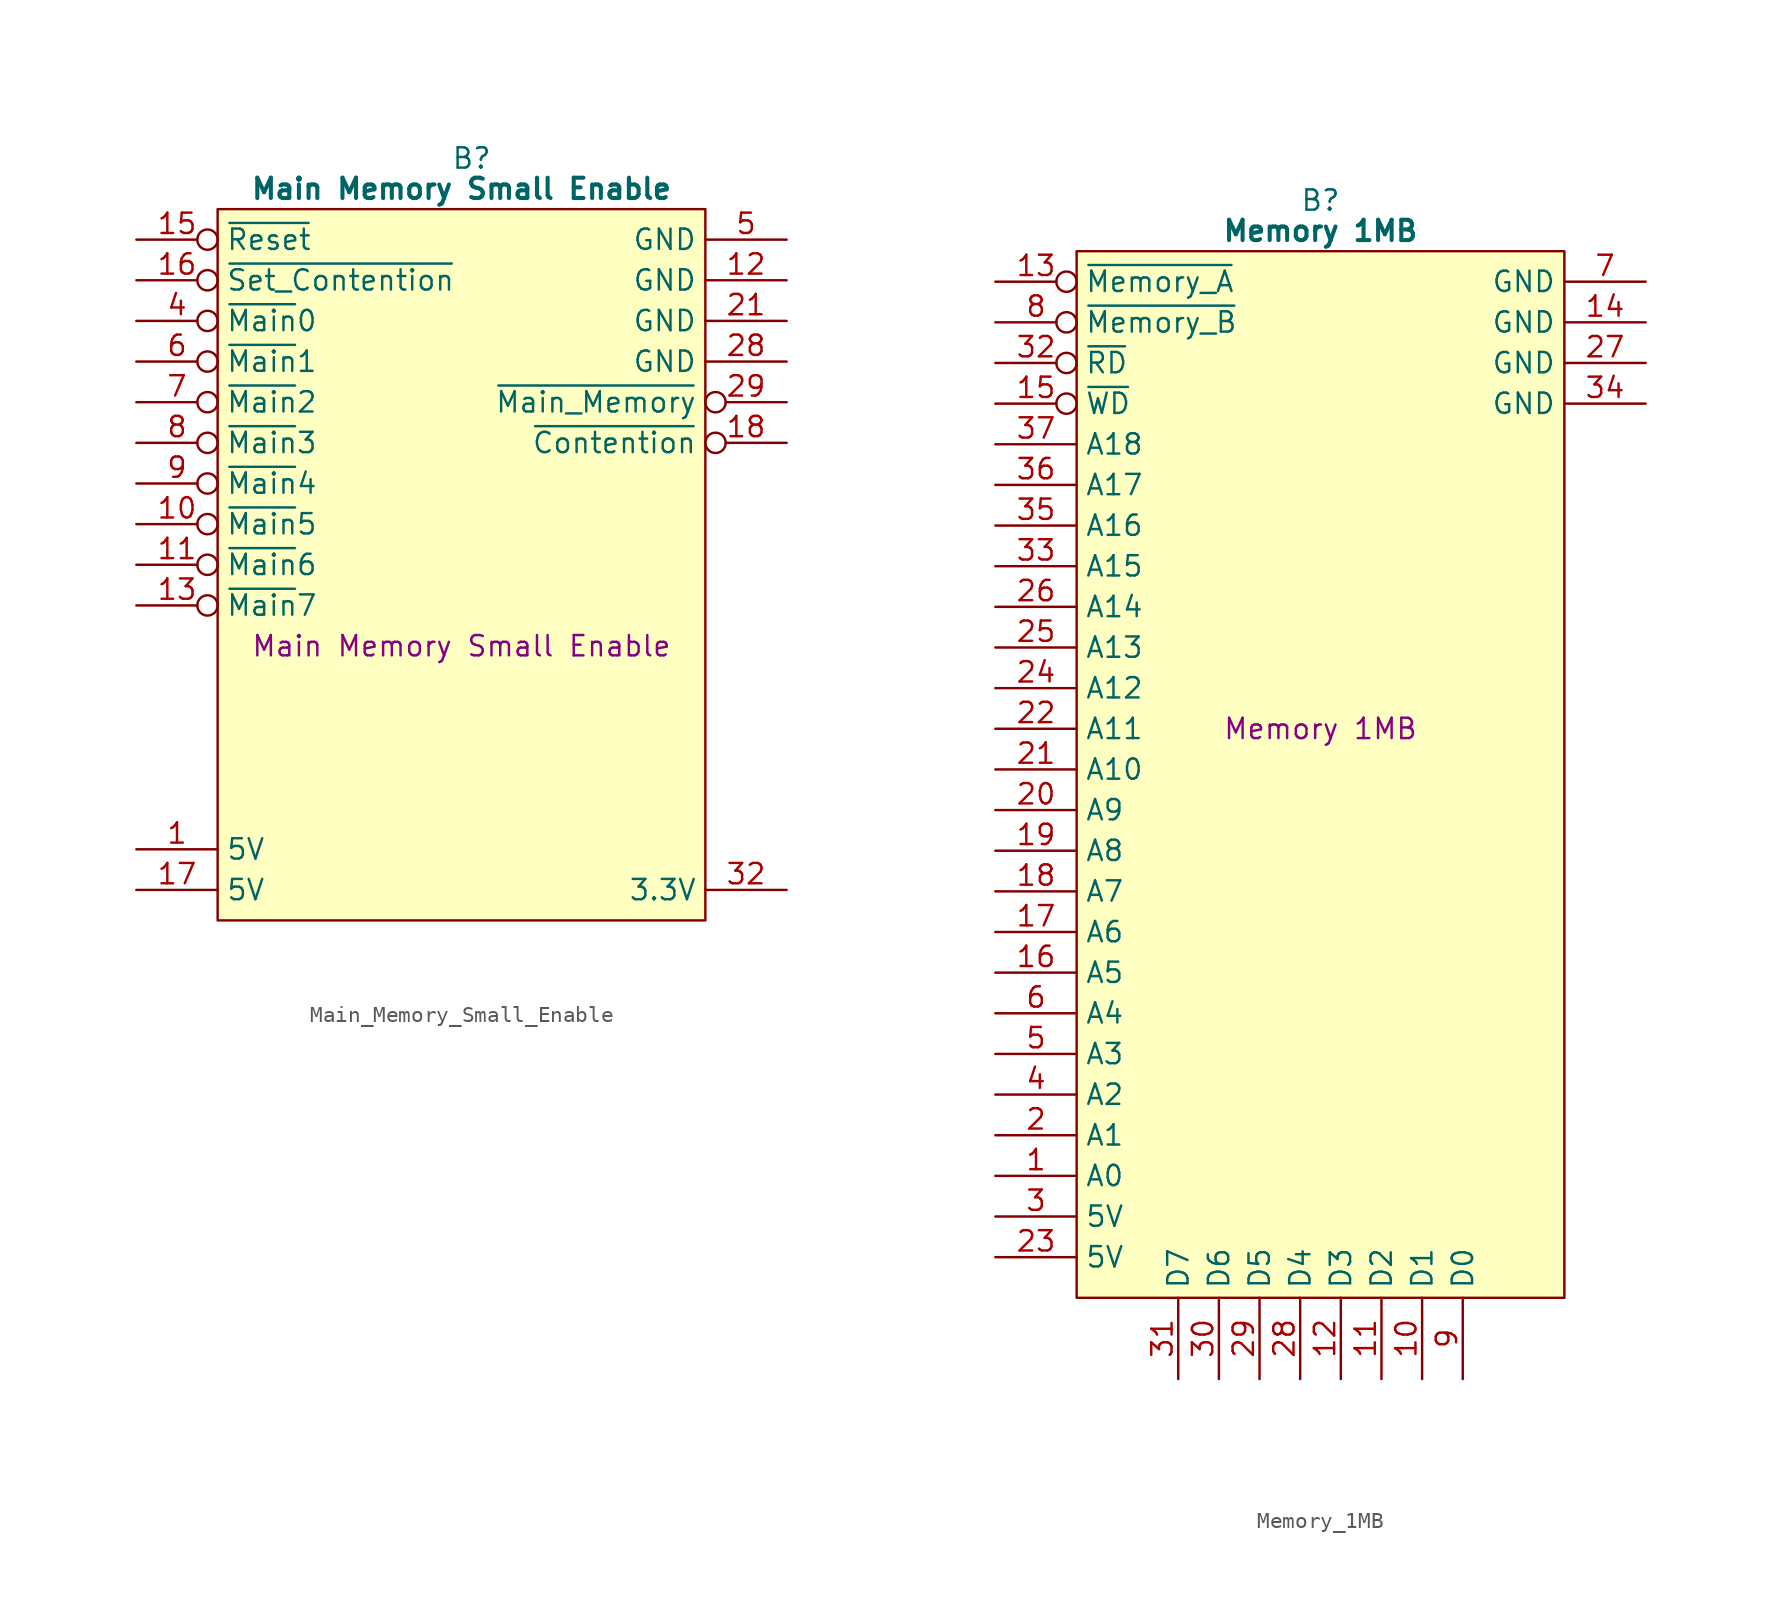
<source format=kicad_sym>
(kicad_symbol_lib
  (version 20241209)
  (generator "kicad_symbol_editor")
  (generator_version "9.0")
  (symbol "Main_Memory_Small_Enable"
    (property "Reference" "B"
      (at 15.875 5.08 0)
      (effects (font (size 1.27 1.27))))
    (property "Value" "Main Memory Small Enable"
      (at 15.24 3.175 0)
      (effects (font (size 1.27 1.27) (bold yes))))
    (property "Description" "Main Memory Small Enable"
      (at 15.24 -25.4 0)
      (effects (font (size 1.27 1.27))))
    (symbol "Main_Memory_Small_Enable_0_1"
      (polyline (pts (xy 0 1.905) (xy 30.48 1.905) (xy 30.48 -42.545) (xy 0 -42.545) (xy 0 1.905)) (stroke (width 0.152) (type default)) (fill (type background))))
    (symbol "Main_Memory_Small_Enable_1_0"
      (pin passive line (at 35.56 -40.64 180) (length 5.08) (name "3.3V" (effects (font (size 1.27 1.27)))) (number "32" (effects (font (size 1.27 1.27))))))
    (symbol "Main_Memory_Small_Enable_1_1"
      (pin input inverted (at -5.08 0 0) (length 5.08) (name "~{Reset}" (effects (font (size 1.27 1.27)))) (number "15" (effects (font (size 1.27 1.27)))))
      (pin input inverted (at -5.08 -2.54 0) (length 5.08) (name "~{Set_Contention}" (effects (font (size 1.27 1.27)))) (number "16" (effects (font (size 1.27 1.27)))))
      (pin input inverted (at -5.08 -5.08 0) (length 5.08) (name "~{Main}0" (effects (font (size 1.27 1.27)))) (number "4" (effects (font (size 1.27 1.27)))))
      (pin input inverted (at -5.08 -7.62 0) (length 5.08) (name "~{Main}1" (effects (font (size 1.27 1.27)))) (number "6" (effects (font (size 1.27 1.27)))))
      (pin input inverted (at -5.08 -10.16 0) (length 5.08) (name "~{Main}2" (effects (font (size 1.27 1.27)))) (number "7" (effects (font (size 1.27 1.27)))))
      (pin input inverted (at -5.08 -12.7 0) (length 5.08) (name "~{Main}3" (effects (font (size 1.27 1.27)))) (number "8" (effects (font (size 1.27 1.27)))))
      (pin input inverted (at -5.08 -15.24 0) (length 5.08) (name "~{Main}4" (effects (font (size 1.27 1.27)))) (number "9" (effects (font (size 1.27 1.27)))))
      (pin input inverted (at -5.08 -17.78 0) (length 5.08) (name "~{Main}5" (effects (font (size 1.27 1.27)))) (number "10" (effects (font (size 1.27 1.27)))))
      (pin input inverted (at -5.08 -20.32 0) (length 5.08) (name "~{Main}6" (effects (font (size 1.27 1.27)))) (number "11" (effects (font (size 1.27 1.27)))))
      (pin input inverted (at -5.08 -22.86 0) (length 5.08) (name "~{Main}7" (effects (font (size 1.27 1.27)))) (number "13" (effects (font (size 1.27 1.27)))))
      (pin no_connect line (at -5.08 -27.94 0) (length 5.08) (hide yes) (name "N.C." (effects (font (size 1.27 1.27)))) (number "2" (effects (font (size 1.27 1.27)))))
      (pin no_connect line (at -5.08 -30.48 0) (length 5.08) (hide yes) (name "N.C." (effects (font (size 1.27 1.27)))) (number "3" (effects (font (size 1.27 1.27)))))
      (pin no_connect line (at -5.08 -33.02 0) (length 5.08) (hide yes) (name "N.C." (effects (font (size 1.27 1.27)))) (number "14" (effects (font (size 1.27 1.27)))))
      (pin no_connect line (at -5.08 -35.56 0) (length 5.08) (hide yes) (name "N.C." (effects (font (size 1.27 1.27)))) (number "19" (effects (font (size 1.27 1.27)))))
      (pin passive line (at -5.08 -38.1 0) (length 5.08) (name "5V" (effects (font (size 1.27 1.27)))) (number "1" (effects (font (size 1.27 1.27)))))
      (pin passive line (at -5.08 -40.64 0) (length 5.08) (name "5V" (effects (font (size 1.27 1.27)))) (number "17" (effects (font (size 1.27 1.27)))))
      (pin passive line (at 35.56 0 180) (length 5.08) (name "GND" (effects (font (size 1.27 1.27)))) (number "5" (effects (font (size 1.27 1.27)))))
      (pin passive line (at 35.56 -2.54 180) (length 5.08) (name "GND" (effects (font (size 1.27 1.27)))) (number "12" (effects (font (size 1.27 1.27)))))
      (pin passive line (at 35.56 -5.08 180) (length 5.08) (name "GND" (effects (font (size 1.27 1.27)))) (number "21" (effects (font (size 1.27 1.27)))))
      (pin passive line (at 35.56 -7.62 180) (length 5.08) (name "GND" (effects (font (size 1.27 1.27)))) (number "28" (effects (font (size 1.27 1.27)))))
      (pin output inverted (at 35.56 -10.16 180) (length 5.08) (name "~{Main_Memory}" (effects (font (size 1.27 1.27)))) (number "29" (effects (font (size 1.27 1.27)))))
      (pin output inverted (at 35.56 -12.7 180) (length 5.08) (name "~{Contention}" (effects (font (size 1.27 1.27)))) (number "18" (effects (font (size 1.27 1.27)))))
      (pin no_connect line (at 35.56 -15.24 180) (length 5.08) (hide yes) (name "N.C." (effects (font (size 1.27 1.27)))) (number "20" (effects (font (size 1.27 1.27)))))
      (pin no_connect line (at 35.56 -17.78 180) (length 5.08) (hide yes) (name "N.C." (effects (font (size 1.27 1.27)))) (number "22" (effects (font (size 1.27 1.27)))))
      (pin no_connect line (at 35.56 -20.32 180) (length 5.08) (hide yes) (name "N.C." (effects (font (size 1.27 1.27)))) (number "23" (effects (font (size 1.27 1.27)))))
      (pin no_connect line (at 35.56 -22.86 180) (length 5.08) (hide yes) (name "N.C." (effects (font (size 1.27 1.27)))) (number "24" (effects (font (size 1.27 1.27)))))
      (pin no_connect line (at 35.56 -27.94 180) (length 5.08) (hide yes) (name "N.C." (effects (font (size 1.27 1.27)))) (number "25" (effects (font (size 1.27 1.27)))))
      (pin no_connect line (at 35.56 -30.48 180) (length 5.08) (hide yes) (name "N.C." (effects (font (size 1.27 1.27)))) (number "26" (effects (font (size 1.27 1.27)))))
      (pin no_connect line (at 35.56 -33.02 180) (length 5.08) (hide yes) (name "N.C." (effects (font (size 1.27 1.27)))) (number "27" (effects (font (size 1.27 1.27)))))
      (pin no_connect line (at 35.56 -35.56 180) (length 5.08) (hide yes) (name "N.C." (effects (font (size 1.27 1.27)))) (number "30" (effects (font (size 1.27 1.27)))))
      (pin no_connect line (at 35.56 -38.1 180) (length 5.08) (hide yes) (name "N.C." (effects (font (size 1.27 1.27)))) (number "31" (effects (font (size 1.27 1.27)))))))
  (symbol "Memory_1MB"
    (property "Reference" "B"
      (at 15.24 5.08 0)
      (effects (font (size 1.27 1.27))))
    (property "Value" "Memory 1MB"
      (at 15.24 3.175 0)
      (effects (font (size 1.27 1.27) (bold yes))))
    (property "Description" "Memory 1MB"
      (at 15.24 -27.94 0)
      (effects (font (size 1.27 1.27))))
    (symbol "Memory_1MB_0_1"
      (polyline (pts (xy 0 1.905) (xy 30.48 1.905) (xy 30.48 -63.5) (xy 0 -63.5) (xy 0 1.905)) (stroke (width 0.152) (type default)) (fill (type background))))
    (symbol "Memory_1MB_1_0"
      (pin input inverted (at -5.08 -5.08 0) (length 5.08) (name "~{RD}" (effects (font (size 1.27 1.27)))) (number "32" (effects (font (size 1.27 1.27)))))
      (pin no_connect line (at 35.56 -58.42 180) (length 5.08) (hide yes) (name "N.C." (effects (font (size 1.27 1.27)))) (number "39" (effects (font (size 1.27 1.27)))))
      (pin no_connect line (at 35.56 -60.96 180) (length 5.08) (hide yes) (name "N.C." (effects (font (size 1.27 1.27)))) (number "40" (effects (font (size 1.27 1.27))))))
    (symbol "Memory_1MB_1_1"
      (pin input inverted (at -5.08 0 0) (length 5.08) (name "~{Memory_A}" (effects (font (size 1.27 1.27)))) (number "13" (effects (font (size 1.27 1.27)))))
      (pin input inverted (at -5.08 -2.54 0) (length 5.08) (name "~{Memory_B}" (effects (font (size 1.27 1.27)))) (number "8" (effects (font (size 1.27 1.27)))))
      (pin input inverted (at -5.08 -7.62 0) (length 5.08) (name "~{WD}" (effects (font (size 1.27 1.27)))) (number "15" (effects (font (size 1.27 1.27)))))
      (pin input line (at -5.08 -10.16 0) (length 5.08) (name "A18" (effects (font (size 1.27 1.27)))) (number "37" (effects (font (size 1.27 1.27)))))
      (pin input line (at -5.08 -12.7 0) (length 5.08) (name "A17" (effects (font (size 1.27 1.27)))) (number "36" (effects (font (size 1.27 1.27)))))
      (pin input line (at -5.08 -15.24 0) (length 5.08) (name "A16" (effects (font (size 1.27 1.27)))) (number "35" (effects (font (size 1.27 1.27)))))
      (pin input line (at -5.08 -17.78 0) (length 5.08) (name "A15" (effects (font (size 1.27 1.27)))) (number "33" (effects (font (size 1.27 1.27)))))
      (pin input line (at -5.08 -20.32 0) (length 5.08) (name "A14" (effects (font (size 1.27 1.27)))) (number "26" (effects (font (size 1.27 1.27)))))
      (pin input line (at -5.08 -22.86 0) (length 5.08) (name "A13" (effects (font (size 1.27 1.27)))) (number "25" (effects (font (size 1.27 1.27)))))
      (pin input line (at -5.08 -25.4 0) (length 5.08) (name "A12" (effects (font (size 1.27 1.27)))) (number "24" (effects (font (size 1.27 1.27)))))
      (pin input line (at -5.08 -27.94 0) (length 5.08) (name "A11" (effects (font (size 1.27 1.27)))) (number "22" (effects (font (size 1.27 1.27)))))
      (pin input line (at -5.08 -30.48 0) (length 5.08) (name "A10" (effects (font (size 1.27 1.27)))) (number "21" (effects (font (size 1.27 1.27)))))
      (pin input line (at -5.08 -33.02 0) (length 5.08) (name "A9" (effects (font (size 1.27 1.27)))) (number "20" (effects (font (size 1.27 1.27)))))
      (pin input line (at -5.08 -35.56 0) (length 5.08) (name "A8" (effects (font (size 1.27 1.27)))) (number "19" (effects (font (size 1.27 1.27)))))
      (pin input line (at -5.08 -38.1 0) (length 5.08) (name "A7" (effects (font (size 1.27 1.27)))) (number "18" (effects (font (size 1.27 1.27)))))
      (pin input line (at -5.08 -40.64 0) (length 5.08) (name "A6" (effects (font (size 1.27 1.27)))) (number "17" (effects (font (size 1.27 1.27)))))
      (pin input line (at -5.08 -43.18 0) (length 5.08) (name "A5" (effects (font (size 1.27 1.27)))) (number "16" (effects (font (size 1.27 1.27)))))
      (pin input line (at -5.08 -45.72 0) (length 5.08) (name "A4" (effects (font (size 1.27 1.27)))) (number "6" (effects (font (size 1.27 1.27)))))
      (pin input line (at -5.08 -48.26 0) (length 5.08) (name "A3" (effects (font (size 1.27 1.27)))) (number "5" (effects (font (size 1.27 1.27)))))
      (pin input line (at -5.08 -50.8 0) (length 5.08) (name "A2" (effects (font (size 1.27 1.27)))) (number "4" (effects (font (size 1.27 1.27)))))
      (pin input line (at -5.08 -53.34 0) (length 5.08) (name "A1" (effects (font (size 1.27 1.27)))) (number "2" (effects (font (size 1.27 1.27)))))
      (pin input line (at -5.08 -55.88 0) (length 5.08) (name "A0" (effects (font (size 1.27 1.27)))) (number "1" (effects (font (size 1.27 1.27)))))
      (pin passive line (at -5.08 -58.42 0) (length 5.08) (name "5V" (effects (font (size 1.27 1.27)))) (number "3" (effects (font (size 1.27 1.27)))))
      (pin passive line (at -5.08 -60.96 0) (length 5.08) (name "5V" (effects (font (size 1.27 1.27)))) (number "23" (effects (font (size 1.27 1.27)))))
      (pin tri_state line (at 6.35 -68.58 90) (length 5.08) (name "D7" (effects (font (size 1.27 1.27)))) (number "31" (effects (font (size 1.27 1.27)))))
      (pin tri_state line (at 8.89 -68.58 90) (length 5.08) (name "D6" (effects (font (size 1.27 1.27)))) (number "30" (effects (font (size 1.27 1.27)))))
      (pin tri_state line (at 11.43 -68.58 90) (length 5.08) (name "D5" (effects (font (size 1.27 1.27)))) (number "29" (effects (font (size 1.27 1.27)))))
      (pin tri_state line (at 13.97 -68.58 90) (length 5.08) (name "D4" (effects (font (size 1.27 1.27)))) (number "28" (effects (font (size 1.27 1.27)))))
      (pin tri_state line (at 16.51 -68.58 90) (length 5.08) (name "D3" (effects (font (size 1.27 1.27)))) (number "12" (effects (font (size 1.27 1.27)))))
      (pin tri_state line (at 19.05 -68.58 90) (length 5.08) (name "D2" (effects (font (size 1.27 1.27)))) (number "11" (effects (font (size 1.27 1.27)))))
      (pin tri_state line (at 21.59 -68.58 90) (length 5.08) (name "D1" (effects (font (size 1.27 1.27)))) (number "10" (effects (font (size 1.27 1.27)))))
      (pin tri_state line (at 24.13 -68.58 90) (length 5.08) (name "D0" (effects (font (size 1.27 1.27)))) (number "9" (effects (font (size 1.27 1.27)))))
      (pin passive line (at 35.56 0 180) (length 5.08) (name "GND" (effects (font (size 1.27 1.27)))) (number "7" (effects (font (size 1.27 1.27)))))
      (pin passive line (at 35.56 -2.54 180) (length 5.08) (name "GND" (effects (font (size 1.27 1.27)))) (number "14" (effects (font (size 1.27 1.27)))))
      (pin passive line (at 35.56 -5.08 180) (length 5.08) (name "GND" (effects (font (size 1.27 1.27)))) (number "27" (effects (font (size 1.27 1.27)))))
      (pin passive line (at 35.56 -7.62 180) (length 5.08) (name "GND" (effects (font (size 1.27 1.27)))) (number "34" (effects (font (size 1.27 1.27)))))
      (pin no_connect line (at 35.56 -55.88 180) (length 5.08) (hide yes) (name "N.C." (effects (font (size 1.27 1.27)))) (number "38" (effects (font (size 1.27 1.27))))))))
</source>
